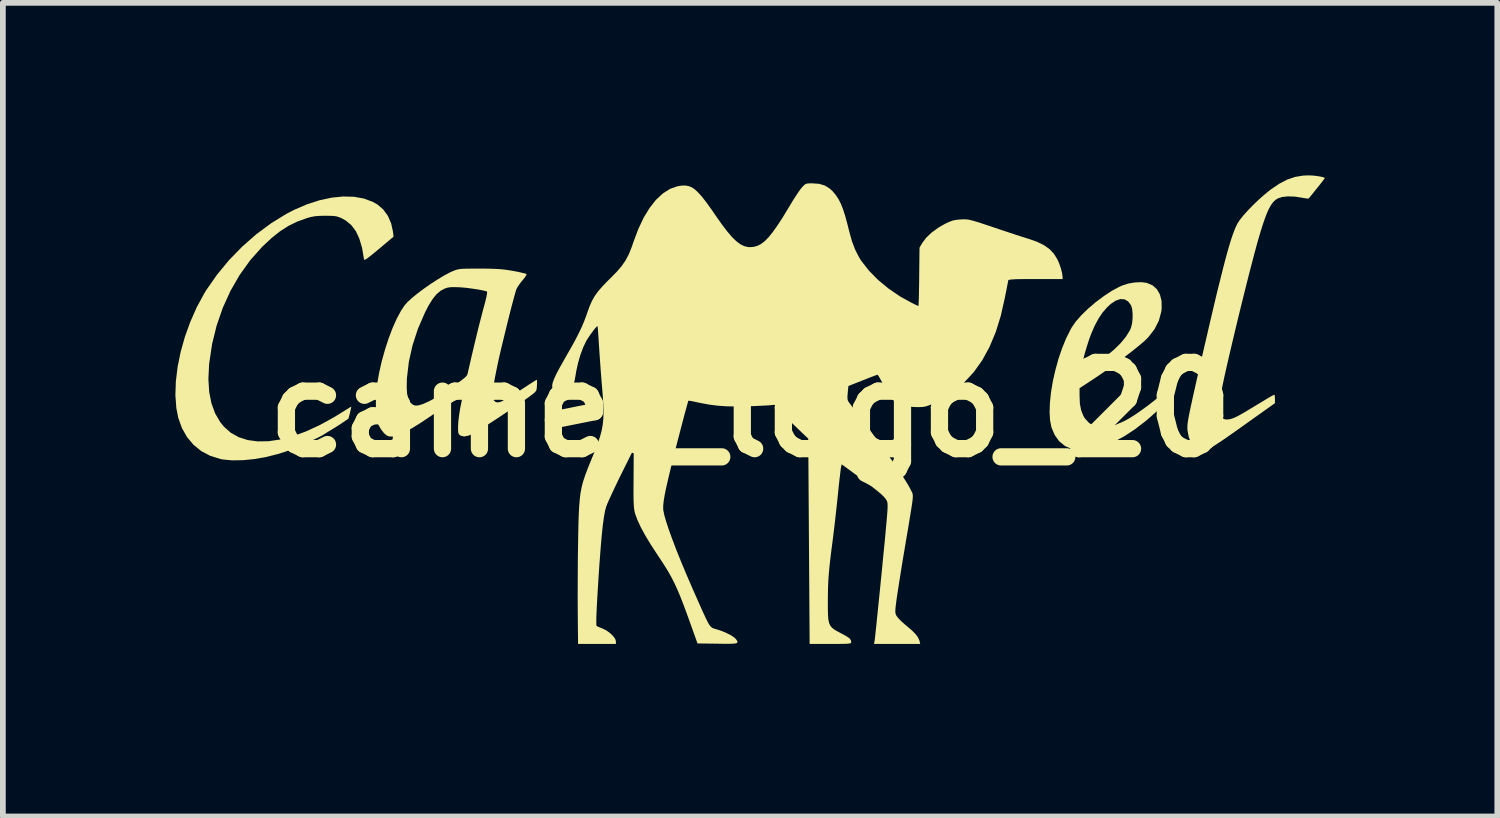
<source format=kicad_pcb>
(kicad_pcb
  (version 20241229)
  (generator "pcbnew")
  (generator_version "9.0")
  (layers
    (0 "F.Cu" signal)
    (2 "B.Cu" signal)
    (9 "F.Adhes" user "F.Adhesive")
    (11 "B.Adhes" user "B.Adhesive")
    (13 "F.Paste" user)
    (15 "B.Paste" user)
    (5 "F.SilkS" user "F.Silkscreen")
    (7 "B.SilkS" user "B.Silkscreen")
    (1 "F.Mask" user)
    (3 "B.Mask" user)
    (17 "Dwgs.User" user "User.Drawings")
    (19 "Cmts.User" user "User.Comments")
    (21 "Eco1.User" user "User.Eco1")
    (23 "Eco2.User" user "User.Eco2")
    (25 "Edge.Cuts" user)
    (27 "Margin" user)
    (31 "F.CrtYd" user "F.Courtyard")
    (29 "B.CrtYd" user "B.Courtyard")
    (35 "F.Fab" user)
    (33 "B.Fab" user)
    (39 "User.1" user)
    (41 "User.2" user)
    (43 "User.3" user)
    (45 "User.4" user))
  (footprint "camel_logo_20"
    (layer "F.Cu")
    (at 10.002 4.074)
    (property "Reference" "camel_logo_20" (at 0 0 0) (layer "F.SilkS") (effects (font (size 1.5 1.5) (thickness 0.3))))
    (attr board_only exclude_from_pos_files exclude_from_bom)
    (fp_poly (pts (xy -6.895 -3.702) (xy -6.724 -3.671) (xy -6.57 -3.614) (xy -6.486 -3.566) (xy -6.386 -3.48) (xy -6.306 -3.369) (xy -6.249 -3.237) (xy -6.218 -3.094) (xy -6.208 -3.008) (xy -6.463 -2.794) (xy -6.552 -2.72) (xy -6.618 -2.667) (xy -6.664 -2.632) (xy -6.694 -2.612) (xy -6.712 -2.606) (xy -6.721 -2.611) (xy -6.723 -2.621) (xy -6.755 -2.811) (xy -6.802 -2.971) (xy -6.863 -3.103) (xy -6.942 -3.208) (xy -7.038 -3.288) (xy -7.107 -3.327) (xy -7.155 -3.347) (xy -7.199 -3.361) (xy -7.249 -3.368) (xy -7.315 -3.371) (xy -7.395 -3.372) (xy -7.498 -3.37) (xy -7.579 -3.363) (xy -7.652 -3.349) (xy -7.715 -3.331) (xy -7.881 -3.271) (xy -8.035 -3.196) (xy -8.182 -3.102) (xy -8.329 -2.985) (xy -8.483 -2.841) (xy -8.496 -2.828) (xy -8.701 -2.598) (xy -8.884 -2.343) (xy -9.043 -2.067) (xy -9.177 -1.773) (xy -9.284 -1.464) (xy -9.363 -1.144) (xy -9.412 -0.816) (xy -9.416 -0.777) (xy -9.428 -0.531) (xy -9.414 -0.309) (xy -9.375 -0.111) (xy -9.311 0.065) (xy -9.222 0.217) (xy -9.156 0.298) (xy -9.038 0.402) (xy -8.9 0.479) (xy -8.744 0.529) (xy -8.571 0.552) (xy -8.382 0.549) (xy -8.178 0.519) (xy -7.963 0.463) (xy -7.736 0.381) (xy -7.499 0.272) (xy -7.254 0.138) (xy -7.128 0.061) (xy -7.059 0.018) (xy -7.001 -0.018) (xy -6.961 -0.043) (xy -6.944 -0.052) (xy -6.944 -0.052) (xy -6.945 -0.037) (xy -6.954 0.003) (xy -6.965 0.053) (xy -6.992 0.157) (xy -7.169 0.276) (xy -7.466 0.458) (xy -7.766 0.607) (xy -8.074 0.726) (xy -8.22 0.772) (xy -8.427 0.824) (xy -8.633 0.86) (xy -8.829 0.879) (xy -9.011 0.882) (xy -9.172 0.867) (xy -9.221 0.858) (xy -9.396 0.803) (xy -9.552 0.721) (xy -9.686 0.612) (xy -9.799 0.478) (xy -9.888 0.321) (xy -9.952 0.142) (xy -9.985 -0.025) (xy -10.002 -0.249) (xy -9.994 -0.491) (xy -9.963 -0.745) (xy -9.91 -1.006) (xy -9.836 -1.269) (xy -9.742 -1.528) (xy -9.631 -1.78) (xy -9.502 -2.017) (xy -9.462 -2.083) (xy -9.277 -2.348) (xy -9.068 -2.601) (xy -8.839 -2.836) (xy -8.593 -3.052) (xy -8.336 -3.242) (xy -8.072 -3.405) (xy -7.932 -3.477) (xy -7.71 -3.572) (xy -7.493 -3.642) (xy -7.283 -3.687) (xy -7.083 -3.707)) (stroke (width 0) (type solid)) (fill yes) (layer "F.SilkS"))
    (fp_poly (pts (xy 6.895 -2.204) (xy 6.895 -2.203) (xy 6.993 -2.161) (xy 7.068 -2.093) (xy 7.12 -2.002) (xy 7.148 -1.891) (xy 7.15 -1.762) (xy 7.144 -1.707) (xy 7.102 -1.55) (xy 7.027 -1.401) (xy 6.919 -1.261) (xy 6.912 -1.253) (xy 6.856 -1.199) (xy 6.776 -1.13) (xy 6.676 -1.048) (xy 6.56 -0.958) (xy 6.433 -0.862) (xy 6.299 -0.764) (xy 6.163 -0.667) (xy 6.029 -0.575) (xy 5.96 -0.529) (xy 5.722 -0.373) (xy 5.722 -0.239) (xy 5.728 -0.101) (xy 5.75 0.012) (xy 5.788 0.107) (xy 5.814 0.151) (xy 5.889 0.233) (xy 5.98 0.285) (xy 6.088 0.308) (xy 6.212 0.301) (xy 6.349 0.264) (xy 6.501 0.198) (xy 6.562 0.165) (xy 6.66 0.105) (xy 6.774 0.028) (xy 6.895 -0.06) (xy 7.015 -0.152) (xy 7.124 -0.242) (xy 7.13 -0.247) (xy 7.23 -0.333) (xy 7.23 -0.229) (xy 7.23 -0.124) (xy 7.078 0.018) (xy 6.883 0.189) (xy 6.69 0.338) (xy 6.499 0.463) (xy 6.313 0.564) (xy 6.135 0.64) (xy 5.967 0.689) (xy 5.81 0.711) (xy 5.667 0.704) (xy 5.588 0.686) (xy 5.467 0.631) (xy 5.367 0.549) (xy 5.289 0.44) (xy 5.233 0.307) (xy 5.209 0.186) (xy 5.201 0.04) (xy 5.207 -0.126) (xy 5.226 -0.306) (xy 5.258 -0.496) (xy 5.286 -0.621) (xy 5.735 -0.621) (xy 5.915 -0.742) (xy 5.995 -0.796) (xy 6.076 -0.852) (xy 6.146 -0.902) (xy 6.19 -0.934) (xy 6.322 -1.044) (xy 6.437 -1.157) (xy 6.529 -1.269) (xy 6.595 -1.376) (xy 6.617 -1.426) (xy 6.635 -1.497) (xy 6.644 -1.583) (xy 6.645 -1.672) (xy 6.636 -1.752) (xy 6.619 -1.812) (xy 6.617 -1.815) (xy 6.567 -1.882) (xy 6.505 -1.918) (xy 6.432 -1.923) (xy 6.352 -1.896) (xy 6.265 -1.839) (xy 6.202 -1.78) (xy 6.123 -1.69) (xy 6.054 -1.587) (xy 5.988 -1.465) (xy 5.928 -1.328) (xy 5.89 -1.226) (xy 5.85 -1.103) (xy 5.811 -0.971) (xy 5.778 -0.842) (xy 5.753 -0.729) (xy 5.748 -0.696) (xy 5.735 -0.621) (xy 5.286 -0.621) (xy 5.302 -0.689) (xy 5.355 -0.882) (xy 5.418 -1.067) (xy 5.489 -1.241) (xy 5.568 -1.398) (xy 5.586 -1.43) (xy 5.658 -1.534) (xy 5.756 -1.645) (xy 5.874 -1.759) (xy 6.004 -1.87) (xy 6.142 -1.973) (xy 6.279 -2.064) (xy 6.411 -2.135) (xy 6.469 -2.161) (xy 6.574 -2.194) (xy 6.689 -2.213) (xy 6.8 -2.217)) (stroke (width 0) (type solid)) (fill yes) (layer "F.SilkS"))
    (fp_poly (pts (xy 9.766 -4.072) (xy 9.835 -4.065) (xy 9.9 -4.055) (xy 9.952 -4.044) (xy 9.982 -4.033) (xy 9.987 -4.027) (xy 9.976 -4.011) (xy 9.948 -3.973) (xy 9.907 -3.92) (xy 9.856 -3.856) (xy 9.852 -3.852) (xy 9.8 -3.787) (xy 9.756 -3.732) (xy 9.724 -3.693) (xy 9.709 -3.674) (xy 9.709 -3.674) (xy 9.689 -3.671) (xy 9.645 -3.676) (xy 9.588 -3.686) (xy 9.463 -3.705) (xy 9.346 -3.709) (xy 9.245 -3.698) (xy 9.179 -3.677) (xy 9.132 -3.65) (xy 9.089 -3.609) (xy 9.047 -3.551) (xy 9.006 -3.475) (xy 8.964 -3.376) (xy 8.92 -3.253) (xy 8.872 -3.102) (xy 8.819 -2.921) (xy 8.807 -2.878) (xy 8.763 -2.716) (xy 8.714 -2.528) (xy 8.66 -2.32) (xy 8.604 -2.097) (xy 8.546 -1.864) (xy 8.488 -1.627) (xy 8.431 -1.39) (xy 8.376 -1.159) (xy 8.324 -0.938) (xy 8.277 -0.734) (xy 8.236 -0.55) (xy 8.203 -0.393) (xy 8.191 -0.338) (xy 8.164 -0.178) (xy 8.155 -0.048) (xy 8.162 0.052) (xy 8.187 0.122) (xy 8.229 0.161) (xy 8.261 0.171) (xy 8.306 0.171) (xy 8.354 0.162) (xy 8.413 0.141) (xy 8.485 0.106) (xy 8.577 0.054) (xy 8.672 -0.003) (xy 8.801 -0.081) (xy 8.904 -0.143) (xy 8.982 -0.19) (xy 9.039 -0.224) (xy 9.078 -0.245) (xy 9.101 -0.257) (xy 9.11 -0.26) (xy 9.116 -0.245) (xy 9.119 -0.206) (xy 9.12 -0.186) (xy 9.12 -0.113) (xy 8.627 0.238) (xy 8.46 0.357) (xy 8.318 0.457) (xy 8.2 0.538) (xy 8.102 0.603) (xy 8.023 0.653) (xy 7.961 0.689) (xy 7.913 0.712) (xy 7.877 0.725) (xy 7.854 0.728) (xy 7.81 0.719) (xy 7.76 0.697) (xy 7.756 0.695) (xy 7.701 0.644) (xy 7.655 0.566) (xy 7.62 0.47) (xy 7.6 0.364) (xy 7.598 0.341) (xy 7.597 0.315) (xy 7.598 0.285) (xy 7.6 0.251) (xy 7.606 0.209) (xy 7.614 0.156) (xy 7.626 0.091) (xy 7.643 0.01) (xy 7.664 -0.089) (xy 7.69 -0.209) (xy 7.722 -0.352) (xy 7.76 -0.521) (xy 7.805 -0.718) (xy 7.858 -0.947) (xy 7.861 -0.962) (xy 7.936 -1.284) (xy 8.003 -1.573) (xy 8.064 -1.832) (xy 8.119 -2.063) (xy 8.17 -2.267) (xy 8.215 -2.447) (xy 8.256 -2.605) (xy 8.293 -2.741) (xy 8.327 -2.859) (xy 8.358 -2.96) (xy 8.387 -3.046) (xy 8.414 -3.118) (xy 8.44 -3.18) (xy 8.465 -3.232) (xy 8.466 -3.233) (xy 8.506 -3.295) (xy 8.568 -3.374) (xy 8.647 -3.462) (xy 8.738 -3.556) (xy 8.835 -3.649) (xy 8.933 -3.736) (xy 9.026 -3.812) (xy 9.048 -3.829) (xy 9.196 -3.929) (xy 9.334 -4.001) (xy 9.469 -4.047) (xy 9.607 -4.07) (xy 9.701 -4.074)) (stroke (width 0) (type solid)) (fill yes) (layer "F.SilkS"))
    (fp_poly (pts (xy -4.707 -2.453) (xy -4.571 -2.452) (xy -4.462 -2.449) (xy -4.37 -2.444) (xy -4.289 -2.437) (xy -4.21 -2.426) (xy -4.126 -2.412) (xy -4.043 -2.396) (xy -3.973 -2.38) (xy -3.921 -2.368) (xy -3.897 -2.359) (xy -3.896 -2.359) (xy -3.899 -2.34) (xy -3.922 -2.304) (xy -3.958 -2.257) (xy -3.963 -2.252) (xy -4.008 -2.196) (xy -4.046 -2.14) (xy -4.069 -2.101) (xy -4.081 -2.064) (xy -4.101 -1.997) (xy -4.125 -1.907) (xy -4.155 -1.796) (xy -4.187 -1.671) (xy -4.221 -1.534) (xy -4.256 -1.392) (xy -4.291 -1.249) (xy -4.325 -1.109) (xy -4.356 -0.977) (xy -4.383 -0.858) (xy -4.405 -0.756) (xy -4.412 -0.72) (xy -4.442 -0.571) (xy -4.464 -0.451) (xy -4.478 -0.358) (xy -4.485 -0.287) (xy -4.486 -0.234) (xy -4.48 -0.195) (xy -4.468 -0.167) (xy -4.461 -0.158) (xy -4.437 -0.136) (xy -4.408 -0.126) (xy -4.37 -0.129) (xy -4.319 -0.147) (xy -4.252 -0.181) (xy -4.165 -0.233) (xy -4.056 -0.303) (xy -4.015 -0.33) (xy -3.926 -0.388) (xy -3.848 -0.439) (xy -3.784 -0.48) (xy -3.739 -0.508) (xy -3.718 -0.52) (xy -3.717 -0.52) (xy -3.713 -0.504) (xy -3.712 -0.464) (xy -3.714 -0.421) (xy -3.718 -0.366) (xy -3.728 -0.329) (xy -3.752 -0.3) (xy -3.795 -0.264) (xy -3.806 -0.256) (xy -3.859 -0.217) (xy -3.933 -0.164) (xy -4.025 -0.101) (xy -4.128 -0.031) (xy -4.239 0.043) (xy -4.352 0.119) (xy -4.464 0.192) (xy -4.569 0.26) (xy -4.662 0.32) (xy -4.74 0.369) (xy -4.797 0.403) (xy -4.821 0.417) (xy -4.911 0.454) (xy -4.983 0.467) (xy -5.039 0.453) (xy -5.055 0.443) (xy -5.072 0.427) (xy -5.081 0.402) (xy -5.086 0.36) (xy -5.086 0.294) (xy -5.085 0.274) (xy -5.08 0.195) (xy -5.068 0.097) (xy -5.052 -0.006) (xy -5.04 -0.069) (xy -5.024 -0.148) (xy -5.011 -0.212) (xy -5.003 -0.256) (xy -5.001 -0.273) (xy -5.016 -0.265) (xy -5.054 -0.24) (xy -5.11 -0.202) (xy -5.18 -0.153) (xy -5.229 -0.119) (xy -5.423 0.018) (xy -5.593 0.134) (xy -5.739 0.231) (xy -5.864 0.309) (xy -5.971 0.37) (xy -6.06 0.416) (xy -6.134 0.446) (xy -6.195 0.463) (xy -6.239 0.468) (xy -6.289 0.465) (xy -6.327 0.449) (xy -6.367 0.415) (xy -6.381 0.4) (xy -6.426 0.342) (xy -6.465 0.275) (xy -6.476 0.249) (xy -6.495 0.17) (xy -6.508 0.066) (xy -6.515 -0.056) (xy -6.515 -0.187) (xy -6.508 -0.319) (xy -6.501 -0.382) (xy -5.979 -0.382) (xy -5.973 -0.282) (xy -5.958 -0.206) (xy -5.933 -0.148) (xy -5.903 -0.111) (xy -5.866 -0.082) (xy -5.822 -0.07) (xy -5.767 -0.076) (xy -5.696 -0.098) (xy -5.603 -0.14) (xy -5.553 -0.165) (xy -5.462 -0.215) (xy -5.357 -0.278) (xy -5.253 -0.346) (xy -5.175 -0.4) (xy -5.087 -0.466) (xy -5.022 -0.514) (xy -4.978 -0.549) (xy -4.949 -0.575) (xy -4.933 -0.595) (xy -4.924 -0.612) (xy -4.919 -0.63) (xy -4.852 -0.922) (xy -4.791 -1.18) (xy -4.736 -1.407) (xy -4.686 -1.602) (xy -4.65 -1.74) (xy -4.616 -1.865) (xy -4.593 -1.96) (xy -4.582 -2.022) (xy -4.581 -2.052) (xy -4.584 -2.055) (xy -4.644 -2.071) (xy -4.729 -2.088) (xy -4.828 -2.103) (xy -4.93 -2.117) (xy -5.026 -2.126) (xy -5.058 -2.128) (xy -5.149 -2.131) (xy -5.216 -2.13) (xy -5.267 -2.122) (xy -5.312 -2.108) (xy -5.387 -2.069) (xy -5.458 -2.01) (xy -5.526 -1.927) (xy -5.596 -1.816) (xy -5.661 -1.69) (xy -5.784 -1.406) (xy -5.878 -1.118) (xy -5.942 -0.831) (xy -5.975 -0.55) (xy -5.977 -0.511) (xy -5.979 -0.382) (xy -6.501 -0.382) (xy -6.494 -0.442) (xy -6.459 -0.64) (xy -6.413 -0.843) (xy -6.357 -1.043) (xy -6.294 -1.237) (xy -6.226 -1.417) (xy -6.154 -1.579) (xy -6.08 -1.717) (xy -6.016 -1.814) (xy -5.962 -1.874) (xy -5.884 -1.945) (xy -5.787 -2.024) (xy -5.677 -2.106) (xy -5.56 -2.188) (xy -5.442 -2.264) (xy -5.33 -2.332) (xy -5.228 -2.386) (xy -5.18 -2.408) (xy -5.142 -2.423) (xy -5.109 -2.434) (xy -5.073 -2.442) (xy -5.03 -2.448) (xy -4.974 -2.451) (xy -4.898 -2.452) (xy -4.797 -2.453)) (stroke (width 0) (type solid)) (fill yes) (layer "F.SilkS"))
    (fp_poly (pts (xy 1.194 -3.927) (xy 1.292 -3.898) (xy 1.376 -3.846) (xy 1.428 -3.798) (xy 1.48 -3.736) (xy 1.526 -3.668) (xy 1.567 -3.589) (xy 1.606 -3.493) (xy 1.644 -3.376) (xy 1.683 -3.234) (xy 1.715 -3.106) (xy 1.764 -2.929) (xy 1.821 -2.779) (xy 1.888 -2.649) (xy 1.926 -2.588) (xy 2.057 -2.42) (xy 2.217 -2.257) (xy 2.401 -2.105) (xy 2.602 -1.968) (xy 2.788 -1.865) (xy 2.846 -1.836) (xy 2.892 -1.814) (xy 2.917 -1.804) (xy 2.919 -1.803) (xy 2.922 -1.82) (xy 2.924 -1.867) (xy 2.927 -1.94) (xy 2.929 -2.035) (xy 2.931 -2.147) (xy 2.933 -2.273) (xy 2.933 -2.31) (xy 2.939 -2.817) (xy 2.986 -2.898) (xy 3.054 -2.989) (xy 3.15 -3.08) (xy 3.265 -3.164) (xy 3.374 -3.227) (xy 3.451 -3.264) (xy 3.512 -3.287) (xy 3.571 -3.3) (xy 3.642 -3.307) (xy 3.656 -3.308) (xy 3.698 -3.31) (xy 3.735 -3.31) (xy 3.772 -3.307) (xy 3.813 -3.3) (xy 3.864 -3.287) (xy 3.93 -3.268) (xy 4.015 -3.241) (xy 4.123 -3.205) (xy 4.233 -3.168) (xy 4.36 -3.125) (xy 4.485 -3.084) (xy 4.602 -3.045) (xy 4.704 -3.012) (xy 4.785 -2.986) (xy 4.829 -2.973) (xy 4.981 -2.92) (xy 5.104 -2.86) (xy 5.202 -2.79) (xy 5.278 -2.708) (xy 5.338 -2.611) (xy 5.37 -2.537) (xy 5.398 -2.454) (xy 5.418 -2.376) (xy 5.426 -2.315) (xy 5.427 -2.31) (xy 5.427 -2.271) (xy 4.958 -2.271) (xy 4.811 -2.271) (xy 4.695 -2.27) (xy 4.608 -2.268) (xy 4.546 -2.264) (xy 4.507 -2.26) (xy 4.487 -2.254) (xy 4.483 -2.25) (xy 4.478 -2.226) (xy 4.468 -2.174) (xy 4.454 -2.101) (xy 4.436 -2.013) (xy 4.424 -1.95) (xy 4.353 -1.635) (xy 4.264 -1.348) (xy 4.156 -1.09) (xy 4.029 -0.858) (xy 3.883 -0.653) (xy 3.715 -0.472) (xy 3.527 -0.314) (xy 3.316 -0.179) (xy 3.177 -0.107) (xy 3.105 -0.075) (xy 3.048 -0.056) (xy 2.993 -0.047) (xy 2.924 -0.044) (xy 2.904 -0.044) (xy 2.821 -0.047) (xy 2.758 -0.057) (xy 2.703 -0.076) (xy 2.683 -0.085) (xy 2.581 -0.149) (xy 2.477 -0.238) (xy 2.38 -0.346) (xy 2.296 -0.463) (xy 2.256 -0.534) (xy 2.232 -0.577) (xy 2.213 -0.603) (xy 2.207 -0.607) (xy 2.188 -0.601) (xy 2.143 -0.584) (xy 2.076 -0.559) (xy 1.996 -0.527) (xy 1.949 -0.509) (xy 1.702 -0.411) (xy 1.69 -0.292) (xy 1.685 -0.218) (xy 1.689 -0.169) (xy 1.702 -0.14) (xy 1.718 -0.118) (xy 1.752 -0.073) (xy 1.801 -0.007) (xy 1.864 0.076) (xy 1.936 0.172) (xy 2.016 0.277) (xy 2.057 0.332) (xy 2.187 0.505) (xy 2.309 0.673) (xy 2.423 0.832) (xy 2.526 0.979) (xy 2.616 1.112) (xy 2.69 1.227) (xy 2.748 1.321) (xy 2.786 1.392) (xy 2.79 1.401) (xy 2.8 1.421) (xy 2.809 1.438) (xy 2.816 1.454) (xy 2.82 1.472) (xy 2.822 1.496) (xy 2.822 1.527) (xy 2.818 1.57) (xy 2.811 1.626) (xy 2.8 1.699) (xy 2.785 1.792) (xy 2.766 1.908) (xy 2.743 2.049) (xy 2.714 2.219) (xy 2.682 2.41) (xy 2.655 2.569) (xy 2.629 2.727) (xy 2.605 2.878) (xy 2.583 3.018) (xy 2.564 3.139) (xy 2.549 3.237) (xy 2.539 3.306) (xy 2.527 3.399) (xy 2.52 3.464) (xy 2.518 3.509) (xy 2.52 3.54) (xy 2.528 3.564) (xy 2.54 3.588) (xy 2.543 3.592) (xy 2.571 3.627) (xy 2.618 3.676) (xy 2.678 3.73) (xy 2.716 3.762) (xy 2.806 3.838) (xy 2.869 3.902) (xy 2.911 3.958) (xy 2.936 4.013) (xy 2.94 4.027) (xy 2.951 4.074) (xy 2.55 4.074) (xy 2.148 4.074) (xy 2.158 4.018) (xy 2.162 3.988) (xy 2.169 3.927) (xy 2.178 3.84) (xy 2.19 3.729) (xy 2.203 3.599) (xy 2.218 3.453) (xy 2.234 3.295) (xy 2.251 3.129) (xy 2.268 2.959) (xy 2.285 2.788) (xy 2.301 2.62) (xy 2.317 2.459) (xy 2.332 2.31) (xy 2.345 2.174) (xy 2.355 2.057) (xy 2.364 1.962) (xy 2.366 1.937) (xy 2.376 1.824) (xy 2.382 1.741) (xy 2.384 1.681) (xy 2.383 1.638) (xy 2.379 1.609) (xy 2.371 1.586) (xy 2.367 1.579) (xy 2.347 1.547) (xy 2.314 1.51) (xy 2.266 1.464) (xy 2.2 1.409) (xy 2.114 1.341) (xy 2.004 1.258) (xy 1.881 1.167) (xy 1.586 0.951) (xy 1.574 1) (xy 1.569 1.03) (xy 1.562 1.09) (xy 1.552 1.173) (xy 1.54 1.276) (xy 1.528 1.392) (xy 1.517 1.5) (xy 1.502 1.644) (xy 1.485 1.797) (xy 1.468 1.95) (xy 1.451 2.093) (xy 1.436 2.216) (xy 1.43 2.263) (xy 1.406 2.447) (xy 1.387 2.603) (xy 1.372 2.739) (xy 1.361 2.86) (xy 1.353 2.974) (xy 1.348 3.086) (xy 1.346 3.205) (xy 1.345 3.32) (xy 1.345 3.457) (xy 1.347 3.564) (xy 1.353 3.646) (xy 1.366 3.708) (xy 1.387 3.756) (xy 1.417 3.793) (xy 1.46 3.826) (xy 1.517 3.859) (xy 1.566 3.885) (xy 1.646 3.928) (xy 1.7 3.961) (xy 1.732 3.989) (xy 1.747 4.016) (xy 1.751 4.044) (xy 1.749 4.054) (xy 1.739 4.062) (xy 1.717 4.067) (xy 1.679 4.071) (xy 1.62 4.073) (xy 1.536 4.074) (xy 1.424 4.074) (xy 1.39 4.074) (xy 1.028 4.074) (xy 1.016 2.289) (xy 1.004 0.504) (xy 0.897 0.403) (xy 0.726 0.238) (xy 0.586 0.086) (xy 0.524 0.012) (xy 0.482 -0.04) (xy 0.453 -0.069) (xy 0.427 -0.082) (xy 0.397 -0.083) (xy 0.373 -0.08) (xy 0.334 -0.076) (xy 0.268 -0.072) (xy 0.179 -0.068) (xy 0.076 -0.063) (xy -0.034 -0.059) (xy -0.043 -0.059) (xy -0.242 -0.055) (xy -0.416 -0.058) (xy -0.573 -0.069) (xy -0.722 -0.088) (xy -0.871 -0.116) (xy -0.915 -0.125) (xy -0.984 -0.14) (xy -1.04 -0.151) (xy -1.074 -0.155) (xy -1.081 -0.155) (xy -1.087 -0.136) (xy -1.101 -0.087) (xy -1.121 -0.014) (xy -1.147 0.081) (xy -1.176 0.192) (xy -1.209 0.317) (xy -1.243 0.449) (xy -1.279 0.586) (xy -1.314 0.723) (xy -1.347 0.856) (xy -1.352 0.876) (xy -1.401 1.075) (xy -1.441 1.244) (xy -1.473 1.385) (xy -1.496 1.501) (xy -1.511 1.594) (xy -1.518 1.666) (xy -1.519 1.721) (xy -1.518 1.742) (xy -1.501 1.827) (xy -1.469 1.941) (xy -1.423 2.081) (xy -1.363 2.247) (xy -1.292 2.434) (xy -1.208 2.643) (xy -1.113 2.87) (xy -1.008 3.113) (xy -0.961 3.219) (xy -0.895 3.368) (xy -0.842 3.488) (xy -0.798 3.583) (xy -0.763 3.657) (xy -0.735 3.711) (xy -0.711 3.75) (xy -0.689 3.776) (xy -0.668 3.793) (xy -0.645 3.804) (xy -0.618 3.812) (xy -0.589 3.82) (xy -0.501 3.849) (xy -0.415 3.886) (xy -0.338 3.925) (xy -0.28 3.964) (xy -0.253 3.991) (xy -0.234 4.019) (xy -0.226 4.039) (xy -0.231 4.054) (xy -0.252 4.064) (xy -0.294 4.069) (xy -0.36 4.072) (xy -0.454 4.072) (xy -0.574 4.07) (xy -0.922 4.066) (xy -1.04 3.736) (xy -1.108 3.547) (xy -1.168 3.386) (xy -1.222 3.247) (xy -1.273 3.127) (xy -1.323 3.019) (xy -1.374 2.918) (xy -1.429 2.82) (xy -1.49 2.72) (xy -1.56 2.612) (xy -1.608 2.54) (xy -1.731 2.352) (xy -1.831 2.187) (xy -1.909 2.043) (xy -1.968 1.916) (xy -2.006 1.812) (xy -2.015 1.778) (xy -2.022 1.741) (xy -2.027 1.698) (xy -2.031 1.642) (xy -2.034 1.57) (xy -2.035 1.478) (xy -2.035 1.36) (xy -2.034 1.213) (xy -2.034 1.196) (xy -2.031 0.685) (xy -2.254 1.133) (xy -2.313 1.254) (xy -2.369 1.371) (xy -2.419 1.478) (xy -2.461 1.569) (xy -2.492 1.641) (xy -2.51 1.687) (xy -2.511 1.69) (xy -2.531 1.766) (xy -2.55 1.873) (xy -2.569 2.012) (xy -2.587 2.184) (xy -2.605 2.389) (xy -2.623 2.629) (xy -2.626 2.661) (xy -2.643 2.917) (xy -2.657 3.139) (xy -2.668 3.328) (xy -2.676 3.483) (xy -2.681 3.603) (xy -2.682 3.69) (xy -2.681 3.743) (xy -2.677 3.761) (xy -2.653 3.774) (xy -2.608 3.793) (xy -2.577 3.805) (xy -2.509 3.838) (xy -2.444 3.885) (xy -2.39 3.937) (xy -2.353 3.988) (xy -2.341 4.028) (xy -2.341 4.074) (xy -2.67 4.074) (xy -2.999 4.074) (xy -3.004 3.628) (xy -3.005 3.431) (xy -3.006 3.224) (xy -3.005 3.014) (xy -3.004 2.803) (xy -3.003 2.596) (xy -3 2.397) (xy -2.997 2.212) (xy -2.994 2.044) (xy -2.99 1.897) (xy -2.985 1.776) (xy -2.98 1.686) (xy -2.97 1.562) (xy -2.957 1.453) (xy -2.938 1.353) (xy -2.912 1.252) (xy -2.876 1.143) (xy -2.829 1.018) (xy -2.777 0.89) (xy -2.711 0.729) (xy -2.659 0.592) (xy -2.618 0.472) (xy -2.589 0.363) (xy -2.57 0.258) (xy -2.559 0.15) (xy -2.557 0.032) (xy -2.561 -0.103) (xy -2.571 -0.26) (xy -2.581 -0.383) (xy -2.593 -0.526) (xy -2.605 -0.679) (xy -2.616 -0.832) (xy -2.626 -0.974) (xy -2.634 -1.096) (xy -2.637 -1.136) (xy -2.643 -1.236) (xy -2.649 -1.323) (xy -2.654 -1.392) (xy -2.659 -1.438) (xy -2.661 -1.453) (xy -2.675 -1.445) (xy -2.702 -1.414) (xy -2.739 -1.368) (xy -2.78 -1.312) (xy -2.819 -1.255) (xy -2.853 -1.201) (xy -2.858 -1.192) (xy -2.909 -1.086) (xy -2.957 -0.957) (xy -2.999 -0.814) (xy -3.031 -0.668) (xy -3.04 -0.612) (xy -3.059 -0.505) (xy -3.08 -0.43) (xy -3.103 -0.382) (xy -3.164 -0.32) (xy -3.236 -0.286) (xy -3.313 -0.28) (xy -3.385 -0.304) (xy -3.4 -0.313) (xy -3.429 -0.34) (xy -3.446 -0.373) (xy -3.45 -0.415) (xy -3.44 -0.47) (xy -3.414 -0.54) (xy -3.373 -0.628) (xy -3.314 -0.739) (xy -3.237 -0.875) (xy -3.222 -0.902) (xy -3.129 -1.064) (xy -3.052 -1.203) (xy -2.99 -1.323) (xy -2.938 -1.432) (xy -2.895 -1.533) (xy -2.857 -1.634) (xy -2.836 -1.694) (xy -2.797 -1.802) (xy -2.756 -1.894) (xy -2.708 -1.978) (xy -2.648 -2.061) (xy -2.572 -2.148) (xy -2.475 -2.248) (xy -2.433 -2.289) (xy -2.326 -2.398) (xy -2.241 -2.497) (xy -2.174 -2.594) (xy -2.118 -2.699) (xy -2.069 -2.82) (xy -2.037 -2.913) (xy -1.953 -3.138) (xy -1.859 -3.337) (xy -1.756 -3.507) (xy -1.645 -3.648) (xy -1.526 -3.759) (xy -1.4 -3.839) (xy -1.27 -3.885) (xy -1.201 -3.896) (xy -1.138 -3.898) (xy -1.081 -3.889) (xy -1.025 -3.868) (xy -0.969 -3.831) (xy -0.909 -3.775) (xy -0.842 -3.7) (xy -0.765 -3.601) (xy -0.676 -3.477) (xy -0.611 -3.382) (xy -0.503 -3.228) (xy -0.408 -3.103) (xy -0.324 -3.004) (xy -0.248 -2.93) (xy -0.178 -2.877) (xy -0.111 -2.844) (xy -0.046 -2.828) (xy -0.011 -2.826) (xy 0.056 -2.831) (xy 0.12 -2.849) (xy 0.183 -2.881) (xy 0.247 -2.93) (xy 0.314 -2.998) (xy 0.386 -3.087) (xy 0.466 -3.2) (xy 0.557 -3.339) (xy 0.659 -3.507) (xy 0.686 -3.552) (xy 0.739 -3.64) (xy 0.793 -3.723) (xy 0.841 -3.795) (xy 0.879 -3.847) (xy 0.89 -3.86) (xy 0.927 -3.9) (xy 0.956 -3.923) (xy 0.99 -3.933) (xy 1.041 -3.936) (xy 1.073 -3.936)) (stroke (width 0) (type solid)) (fill yes) (layer "F.SilkS")))
  (gr_rect
    (start -3 -3)
    (end 22.989 11.149)
    (stroke (width 0.1) (type default))
    (fill no)
    (layer "Edge.Cuts")))
</source>
